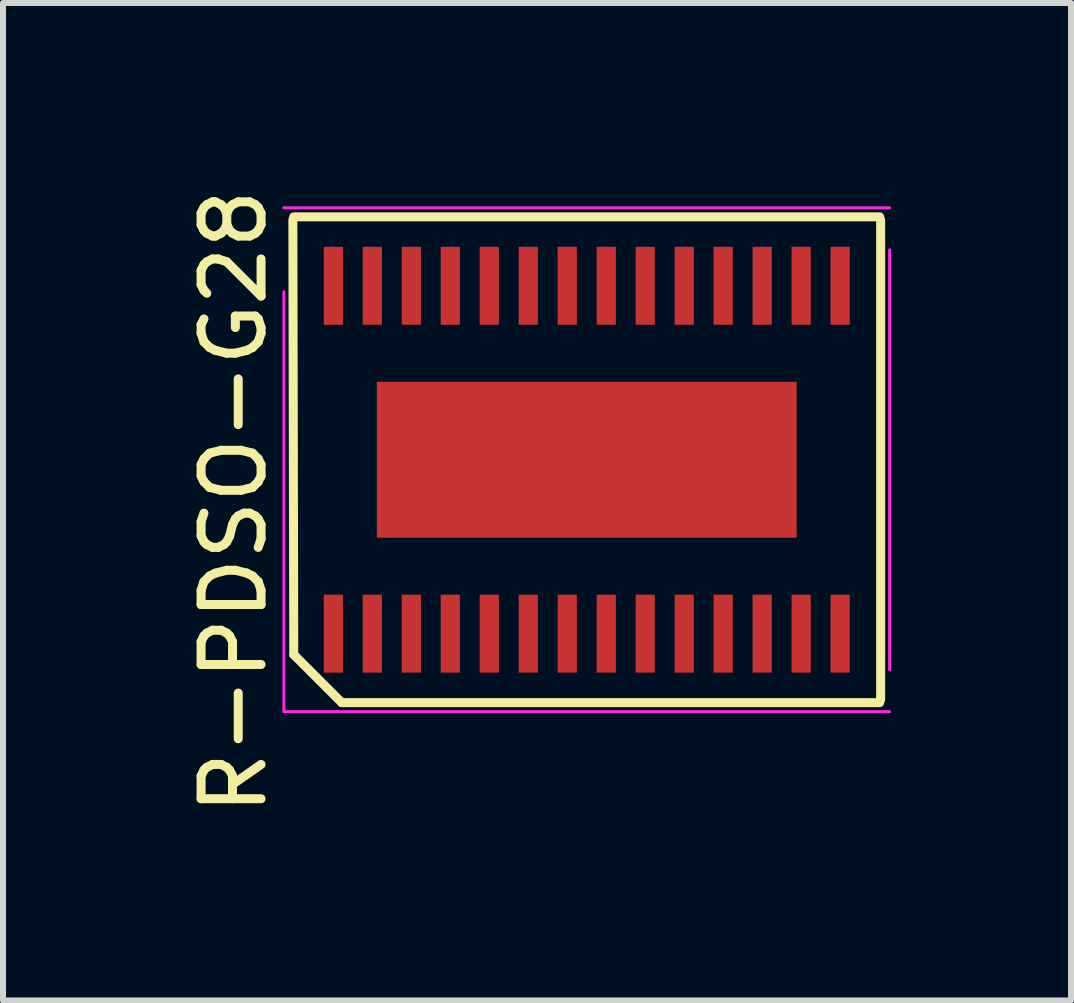
<source format=kicad_pcb>
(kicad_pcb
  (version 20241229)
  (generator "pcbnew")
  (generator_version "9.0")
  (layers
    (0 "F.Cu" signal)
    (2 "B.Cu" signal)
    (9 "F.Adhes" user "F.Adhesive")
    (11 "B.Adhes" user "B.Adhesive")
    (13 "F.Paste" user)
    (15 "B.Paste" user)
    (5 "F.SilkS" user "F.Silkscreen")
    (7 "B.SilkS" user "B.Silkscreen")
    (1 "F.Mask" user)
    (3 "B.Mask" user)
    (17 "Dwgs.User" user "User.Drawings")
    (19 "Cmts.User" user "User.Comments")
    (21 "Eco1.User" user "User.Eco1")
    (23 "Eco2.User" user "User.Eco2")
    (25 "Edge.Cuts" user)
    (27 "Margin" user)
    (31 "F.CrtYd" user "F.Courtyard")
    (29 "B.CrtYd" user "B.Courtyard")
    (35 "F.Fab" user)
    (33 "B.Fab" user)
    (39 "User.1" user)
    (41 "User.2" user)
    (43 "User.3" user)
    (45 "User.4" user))
  (footprint "R-PDSO-G28"
    (layer "F.Cu")
    (at 6.733 4.615)
    (property "Reference" "R-PDSO-G28" (at -5.885 0.7 90) (layer "F.SilkS") (effects (font (size 1 1) (thickness 0.15))))
    (attr smd)
    (fp_line (start -4.885 -4.05) (end 4.885 -4.05) (stroke (width 0.15) (type solid)) (layer "F.SilkS"))
    (fp_line (start -4.885 3.25) (end -4.9 -4) (stroke (width 0.15) (type solid)) (layer "F.SilkS"))
    (fp_line (start -4.085 4.05) (end -4.885 3.25) (stroke (width 0.15) (type solid)) (layer "F.SilkS"))
    (fp_line (start 4.885 4.05) (end -4.085 4.05) (stroke (width 0.15) (type solid)) (layer "F.SilkS"))
    (fp_line (start 4.9 -4) (end 4.9 4) (stroke (width 0.15) (type solid)) (layer "F.SilkS"))
    (fp_line (start -5.05 -4.2) (end 5.05 -4.2) (stroke (width 0.05) (type solid)) (layer "F.CrtYd"))
    (fp_line (start -5.05 4.2) (end -5.05 -2.8) (stroke (width 0.05) (type solid)) (layer "F.CrtYd"))
    (fp_line (start 5.05 -3.5) (end 5.05 3.5) (stroke (width 0.05) (type solid)) (layer "F.CrtYd"))
    (fp_line (start 5.05 4.2) (end -5.05 4.2) (stroke (width 0.05) (type solid)) (layer "F.CrtYd"))
    (pad "1" smd rect (at -4.225 2.9) (size 0.32 1.3) (layers "F.Cu" "F.Mask" "F.Paste"))
    (pad "2" smd rect (at -3.575 2.9) (size 0.32 1.3) (layers "F.Cu" "F.Mask" "F.Paste"))
    (pad "3" smd rect (at -2.925 2.9) (size 0.32 1.3) (layers "F.Cu" "F.Mask" "F.Paste"))
    (pad "4" smd rect (at -2.275 2.9) (size 0.32 1.3) (layers "F.Cu" "F.Mask" "F.Paste"))
    (pad "5" smd rect (at -1.625 2.9) (size 0.32 1.3) (layers "F.Cu" "F.Mask" "F.Paste"))
    (pad "6" smd rect (at -0.975 2.9) (size 0.32 1.3) (layers "F.Cu" "F.Mask" "F.Paste"))
    (pad "7" smd rect (at -0.325 2.9) (size 0.32 1.3) (layers "F.Cu" "F.Mask" "F.Paste"))
    (pad "8" smd rect (at 0.325 2.9) (size 0.32 1.3) (layers "F.Cu" "F.Mask" "F.Paste"))
    (pad "9" smd rect (at 0.975 2.9) (size 0.32 1.3) (layers "F.Cu" "F.Mask" "F.Paste"))
    (pad "10" smd rect (at 1.625 2.9) (size 0.32 1.3) (layers "F.Cu" "F.Mask" "F.Paste"))
    (pad "11" smd rect (at 2.275 2.9) (size 0.32 1.3) (layers "F.Cu" "F.Mask" "F.Paste"))
    (pad "12" smd rect (at 2.925 2.9) (size 0.32 1.3) (layers "F.Cu" "F.Mask" "F.Paste"))
    (pad "13" smd rect (at 3.575 2.9) (size 0.32 1.3) (layers "F.Cu" "F.Mask" "F.Paste"))
    (pad "14" smd rect (at 4.225 2.9) (size 0.32 1.3) (layers "F.Cu" "F.Mask" "F.Paste"))
    (pad "15" smd rect (at 4.225 -2.9) (size 0.32 1.3) (layers "F.Cu" "F.Mask" "F.Paste"))
    (pad "16" smd rect (at 3.575 -2.9) (size 0.32 1.3) (layers "F.Cu" "F.Mask" "F.Paste"))
    (pad "17" smd rect (at 2.925 -2.9) (size 0.32 1.3) (layers "F.Cu" "F.Mask" "F.Paste"))
    (pad "18" smd rect (at 2.275 -2.9) (size 0.32 1.3) (layers "F.Cu" "F.Mask" "F.Paste"))
    (pad "19" smd rect (at 1.625 -2.9) (size 0.32 1.3) (layers "F.Cu" "F.Mask" "F.Paste"))
    (pad "20" smd rect (at 0.975 -2.9) (size 0.32 1.3) (layers "F.Cu" "F.Mask" "F.Paste"))
    (pad "21" smd rect (at 0.325 -2.9) (size 0.32 1.3) (layers "F.Cu" "F.Mask" "F.Paste"))
    (pad "22" smd rect (at -0.325 -2.9) (size 0.32 1.3) (layers "F.Cu" "F.Mask" "F.Paste"))
    (pad "23" smd rect (at -0.975 -2.9) (size 0.32 1.3) (layers "F.Cu" "F.Mask" "F.Paste"))
    (pad "24" smd rect (at -1.625 -2.9) (size 0.32 1.3) (layers "F.Cu" "F.Mask" "F.Paste"))
    (pad "25" smd rect (at -2.275 -2.9) (size 0.32 1.3) (layers "F.Cu" "F.Mask" "F.Paste"))
    (pad "26" smd rect (at -2.925 -2.9) (size 0.32 1.3) (layers "F.Cu" "F.Mask" "F.Paste"))
    (pad "27" smd rect (at -3.575 -2.9) (size 0.32 1.3) (layers "F.Cu" "F.Mask" "F.Paste"))
    (pad "28" smd rect (at -4.225 -2.9) (size 0.32 1.3) (layers "F.Cu" "F.Mask" "F.Paste"))
    (pad "29" smd rect (at 0 0) (size 7 2.6) (layers "F.Cu" "F.Mask" "F.Paste")))
  (gr_rect
    (start -3 -3)
    (end 14.808 13.631)
    (stroke (width 0.1) (type default))
    (fill no)
    (layer "Edge.Cuts")))
</source>
